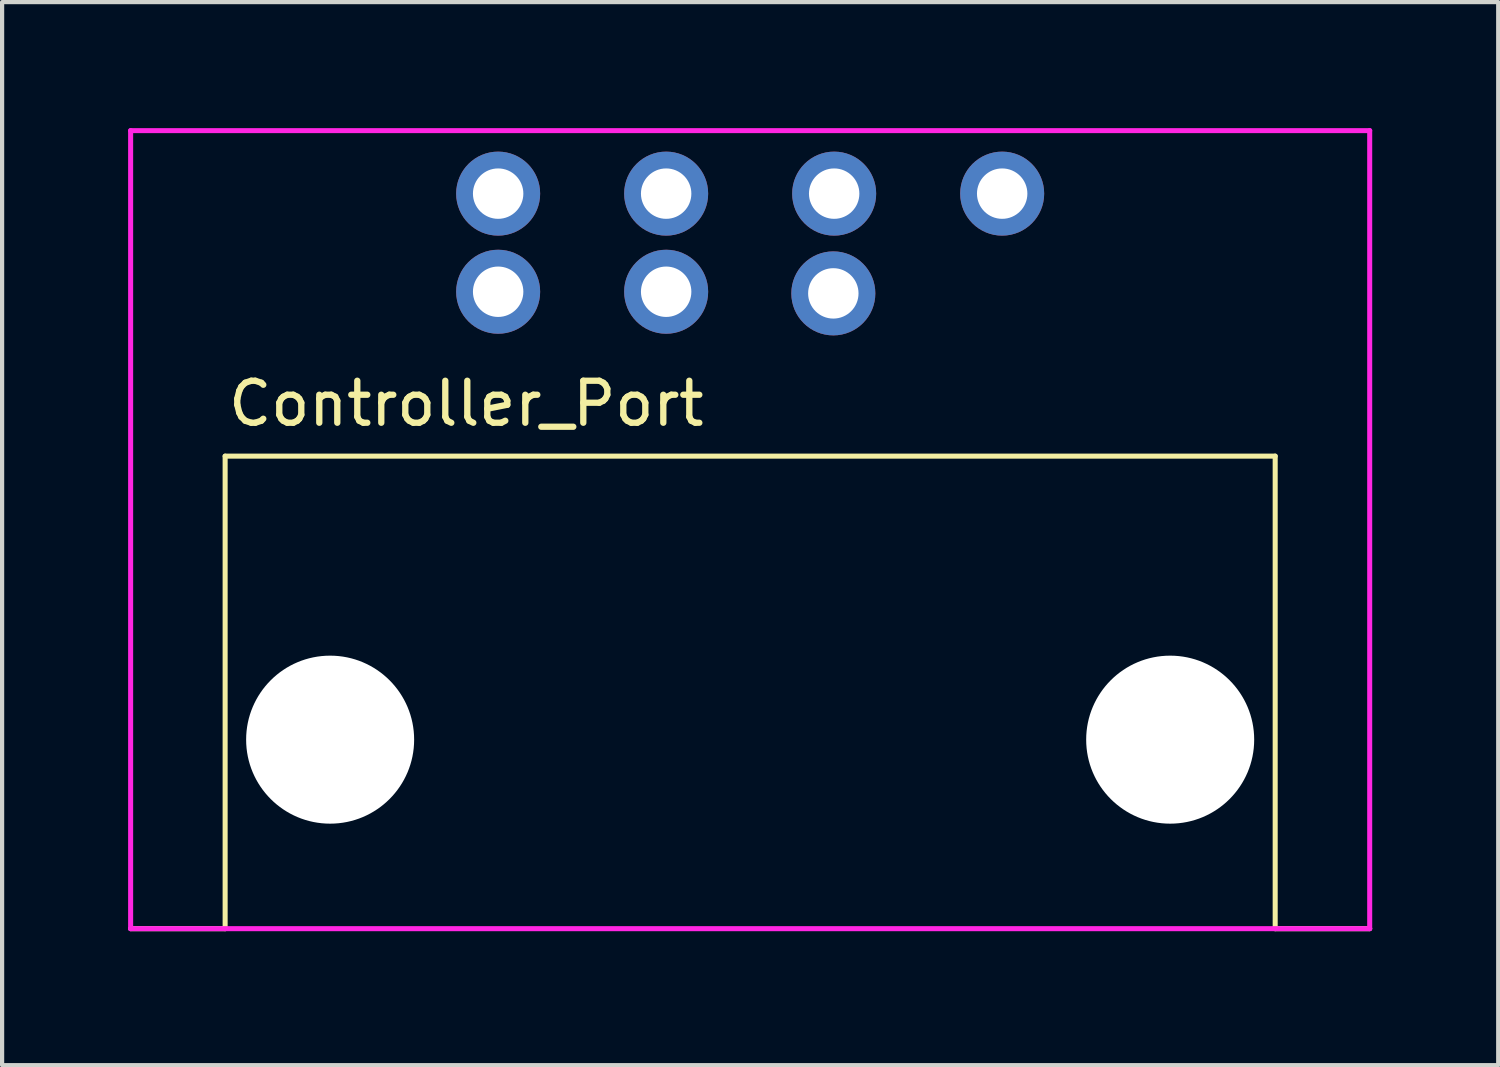
<source format=kicad_pcb>
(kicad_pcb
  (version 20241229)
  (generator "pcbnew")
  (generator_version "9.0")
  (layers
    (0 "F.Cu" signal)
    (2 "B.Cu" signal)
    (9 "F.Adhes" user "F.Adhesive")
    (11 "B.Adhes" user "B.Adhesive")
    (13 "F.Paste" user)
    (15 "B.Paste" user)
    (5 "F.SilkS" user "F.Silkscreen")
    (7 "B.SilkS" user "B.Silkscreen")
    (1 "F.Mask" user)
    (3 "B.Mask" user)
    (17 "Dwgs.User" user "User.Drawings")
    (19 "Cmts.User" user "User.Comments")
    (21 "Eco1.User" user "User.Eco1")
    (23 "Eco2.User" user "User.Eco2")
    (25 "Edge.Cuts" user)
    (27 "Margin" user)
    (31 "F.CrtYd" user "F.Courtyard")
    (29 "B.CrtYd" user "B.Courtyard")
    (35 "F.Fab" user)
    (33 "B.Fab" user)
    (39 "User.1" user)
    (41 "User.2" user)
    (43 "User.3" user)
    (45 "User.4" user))
  (footprint "Controller_Port"
    (layer "F.Cu")
    (at 14.81 19.06)
    (property "Reference" "Controller_Port" (at -12.5 -12.5 0) (layer "F.SilkS") (effects (font (size 1 1) (thickness 0.15)) (justify left)))
    (attr through_hole)
    (fp_line (start -12.5 -11.25) (end -12.5 0) (stroke (width 0.12) (type solid)) (layer "F.SilkS"))
    (fp_line (start -12.5 -11.25) (end 12.5 -11.25) (stroke (width 0.12) (type solid)) (layer "F.SilkS"))
    (fp_line (start -12.5 0) (end -14.75 0) (stroke (width 0.12) (type solid)) (layer "F.SilkS"))
    (fp_line (start 12.5 -11.25) (end 12.5 0) (stroke (width 0.12) (type solid)) (layer "F.SilkS"))
    (fp_line (start 12.5 0) (end 14.75 0) (stroke (width 0.12) (type solid)) (layer "F.SilkS"))
    (fp_line (start -14.75 -19) (end -14.75 0) (stroke (width 0.12) (type solid)) (layer "F.CrtYd"))
    (fp_line (start -14.75 -19) (end 14.75 -19) (stroke (width 0.12) (type solid)) (layer "F.CrtYd"))
    (fp_line (start 14.75 -19) (end 14.75 0) (stroke (width 0.12) (type solid)) (layer "F.CrtYd"))
    (fp_line (start 14.75 0) (end -14.75 0) (stroke (width 0.12) (type solid)) (layer "F.CrtYd"))
    (pad "" np_thru_hole circle (at -10 -4.5) (size 4 4) (drill 4) (layers "*.Cu" "*.Mask"))
    (pad "" np_thru_hole circle (at 10 -4.5) (size 4 4) (drill 4) (layers "*.Cu" "*.Mask"))
    (pad "1" thru_hole circle (at 1.98 -15.125) (size 2 2) (drill 1.2) (layers "*.Cu" "*.Mask"))
    (pad "2" thru_hole circle (at 2 -17.5) (size 2 2) (drill 1.2) (layers "*.Cu" "*.Mask"))
    (pad "3" thru_hole circle (at -2 -17.5) (size 2 2) (drill 1.2) (layers "*.Cu" "*.Mask"))
    (pad "4" thru_hole circle (at -6 -17.5) (size 2 2) (drill 1.2) (layers "*.Cu" "*.Mask"))
    (pad "5" thru_hole circle (at -2 -15.164) (size 2 2) (drill 1.2) (layers "*.Cu" "*.Mask"))
    (pad "6" thru_hole circle (at -6 -15.164) (size 2 2) (drill 1.2) (layers "*.Cu" "*.Mask"))
    (pad "7" thru_hole circle (at 6 -17.5) (size 2 2) (drill 1.2) (layers "*.Cu" "*.Mask")))
  (gr_rect
    (start -3 -3)
    (end 32.62 22.31)
    (stroke (width 0.1) (type default))
    (fill no)
    (layer "Edge.Cuts")))
</source>
